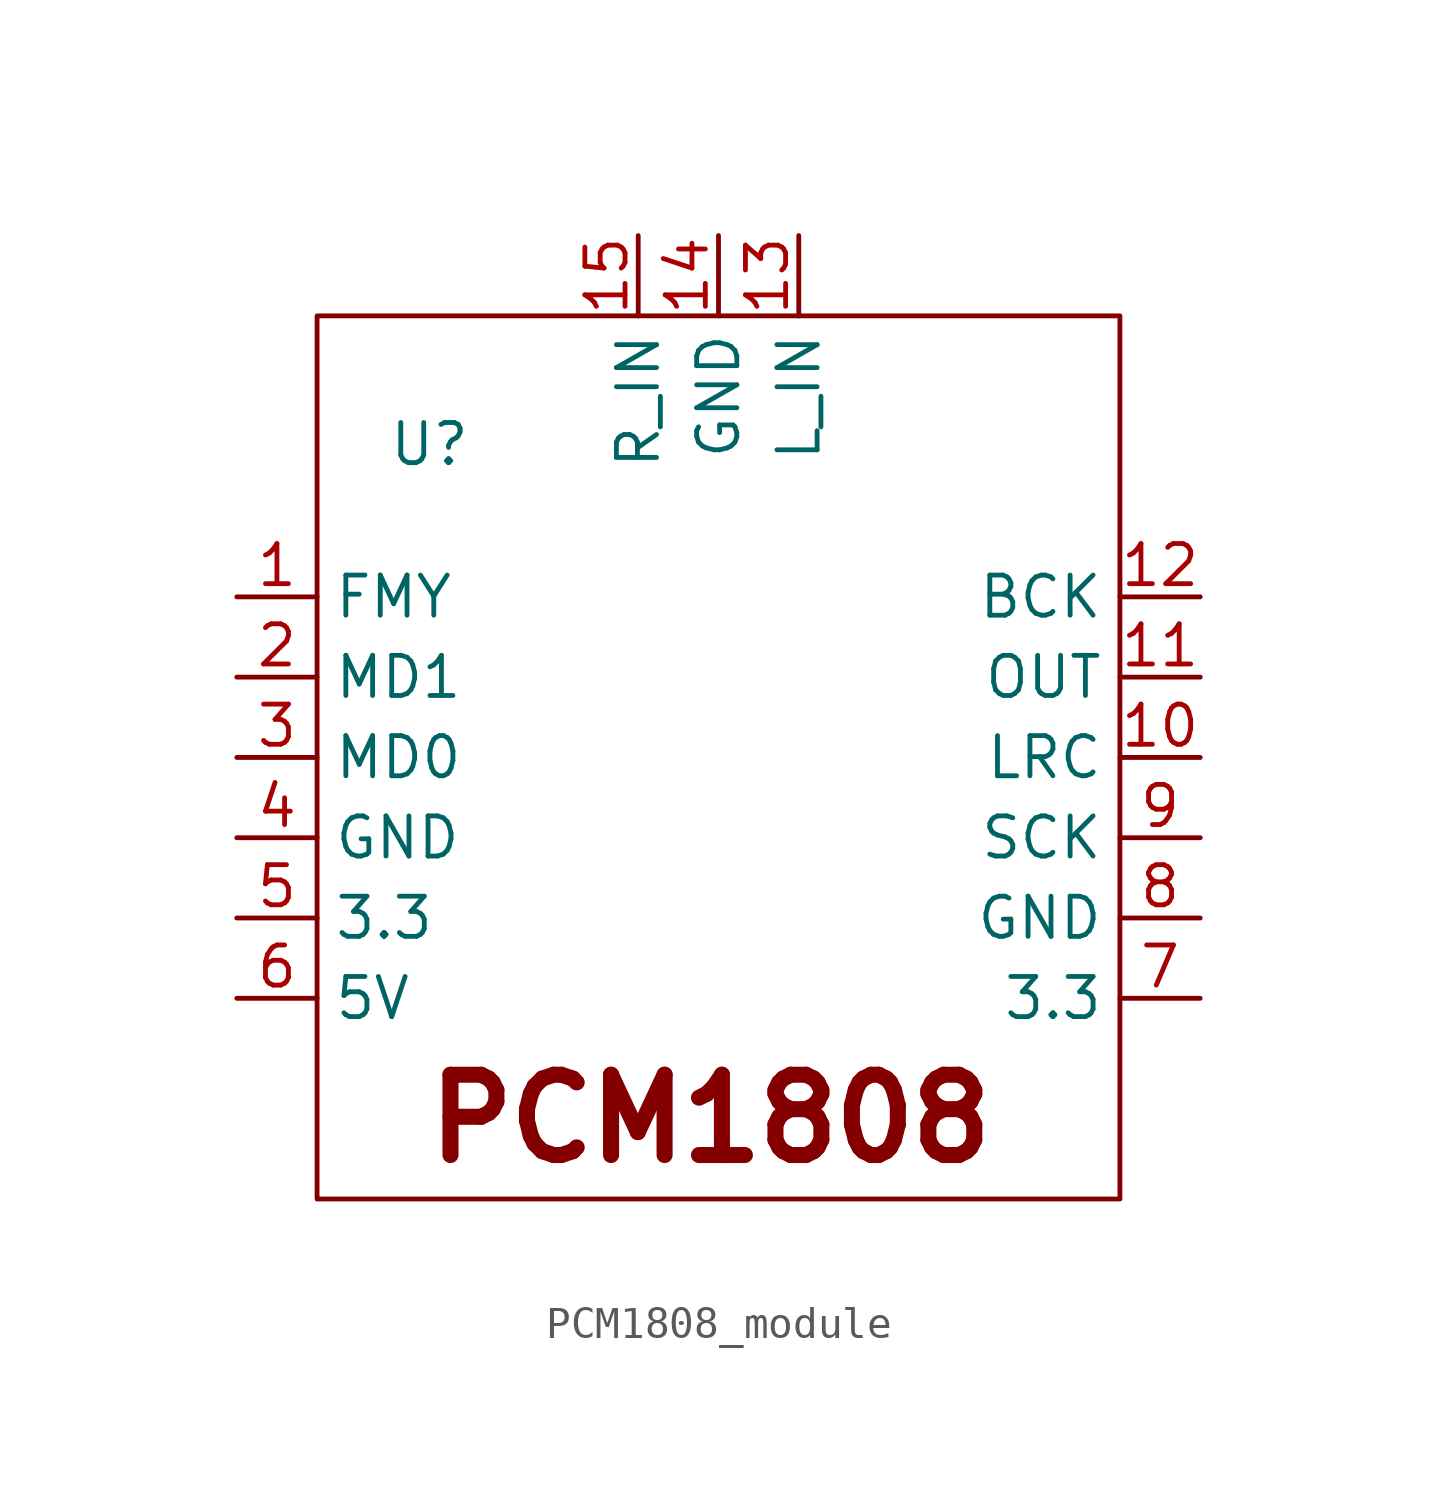
<source format=kicad_sym>
(kicad_symbol_lib
  (version 20231120)
  (generator "kicad_symbol_editor")
  (generator_version "8.0")
  (symbol "PCM1808_module"
    (property "Reference" "U"
      (at -9.144 9.906 0)
      (effects (font (size 1.27 1.27))))
    (property "Value" ""
      (at 0 -1.27 90)
      (effects (font (size 1.27 1.27))))
    (symbol "PCM1808_module_1_1"
      (rectangle (start 12.7 13.97) (end -12.7 -13.97) (stroke (width 0) (type default)) (fill (type none)))
      (text "PCM1808" (at -0.254 -11.43 0) (effects (font (size 2.54 2.54) (bold yes))))
      (pin input line (at -15.24 5.08 0) (length 2.54) (name "FMY" (effects (font (size 1.27 1.27)))) (number "1" (effects (font (size 1.27 1.27)))))
      (pin input line (at 15.24 0 180) (length 2.54) (name "LRC" (effects (font (size 1.27 1.27)))) (number "10" (effects (font (size 1.27 1.27)))))
      (pin input line (at 15.24 2.54 180) (length 2.54) (name "OUT" (effects (font (size 1.27 1.27)))) (number "11" (effects (font (size 1.27 1.27)))))
      (pin input line (at 15.24 5.08 180) (length 2.54) (name "BCK" (effects (font (size 1.27 1.27)))) (number "12" (effects (font (size 1.27 1.27)))))
      (pin input line (at 2.54 16.51 270) (length 2.54) (name "L_IN" (effects (font (size 1.27 1.27)))) (number "13" (effects (font (size 1.27 1.27)))))
      (pin input line (at 0 16.51 270) (length 2.54) (name "GND" (effects (font (size 1.27 1.27)))) (number "14" (effects (font (size 1.27 1.27)))))
      (pin input line (at -2.54 16.51 270) (length 2.54) (name "R_IN" (effects (font (size 1.27 1.27)))) (number "15" (effects (font (size 1.27 1.27)))))
      (pin input line (at -15.24 2.54 0) (length 2.54) (name "MD1" (effects (font (size 1.27 1.27)))) (number "2" (effects (font (size 1.27 1.27)))))
      (pin input line (at -15.24 0 0) (length 2.54) (name "MD0" (effects (font (size 1.27 1.27)))) (number "3" (effects (font (size 1.27 1.27)))))
      (pin input line (at -15.24 -2.54 0) (length 2.54) (name "GND" (effects (font (size 1.27 1.27)))) (number "4" (effects (font (size 1.27 1.27)))))
      (pin input line (at -15.24 -5.08 0) (length 2.54) (name "3.3" (effects (font (size 1.27 1.27)))) (number "5" (effects (font (size 1.27 1.27)))))
      (pin input line (at -15.24 -7.62 0) (length 2.54) (name "5V" (effects (font (size 1.27 1.27)))) (number "6" (effects (font (size 1.27 1.27)))))
      (pin input line (at 15.24 -7.62 180) (length 2.54) (name "3.3" (effects (font (size 1.27 1.27)))) (number "7" (effects (font (size 1.27 1.27)))))
      (pin input line (at 15.24 -5.08 180) (length 2.54) (name "GND" (effects (font (size 1.27 1.27)))) (number "8" (effects (font (size 1.27 1.27)))))
      (pin input line (at 15.24 -2.54 180) (length 2.54) (name "SCK" (effects (font (size 1.27 1.27)))) (number "9" (effects (font (size 1.27 1.27))))))))
</source>
